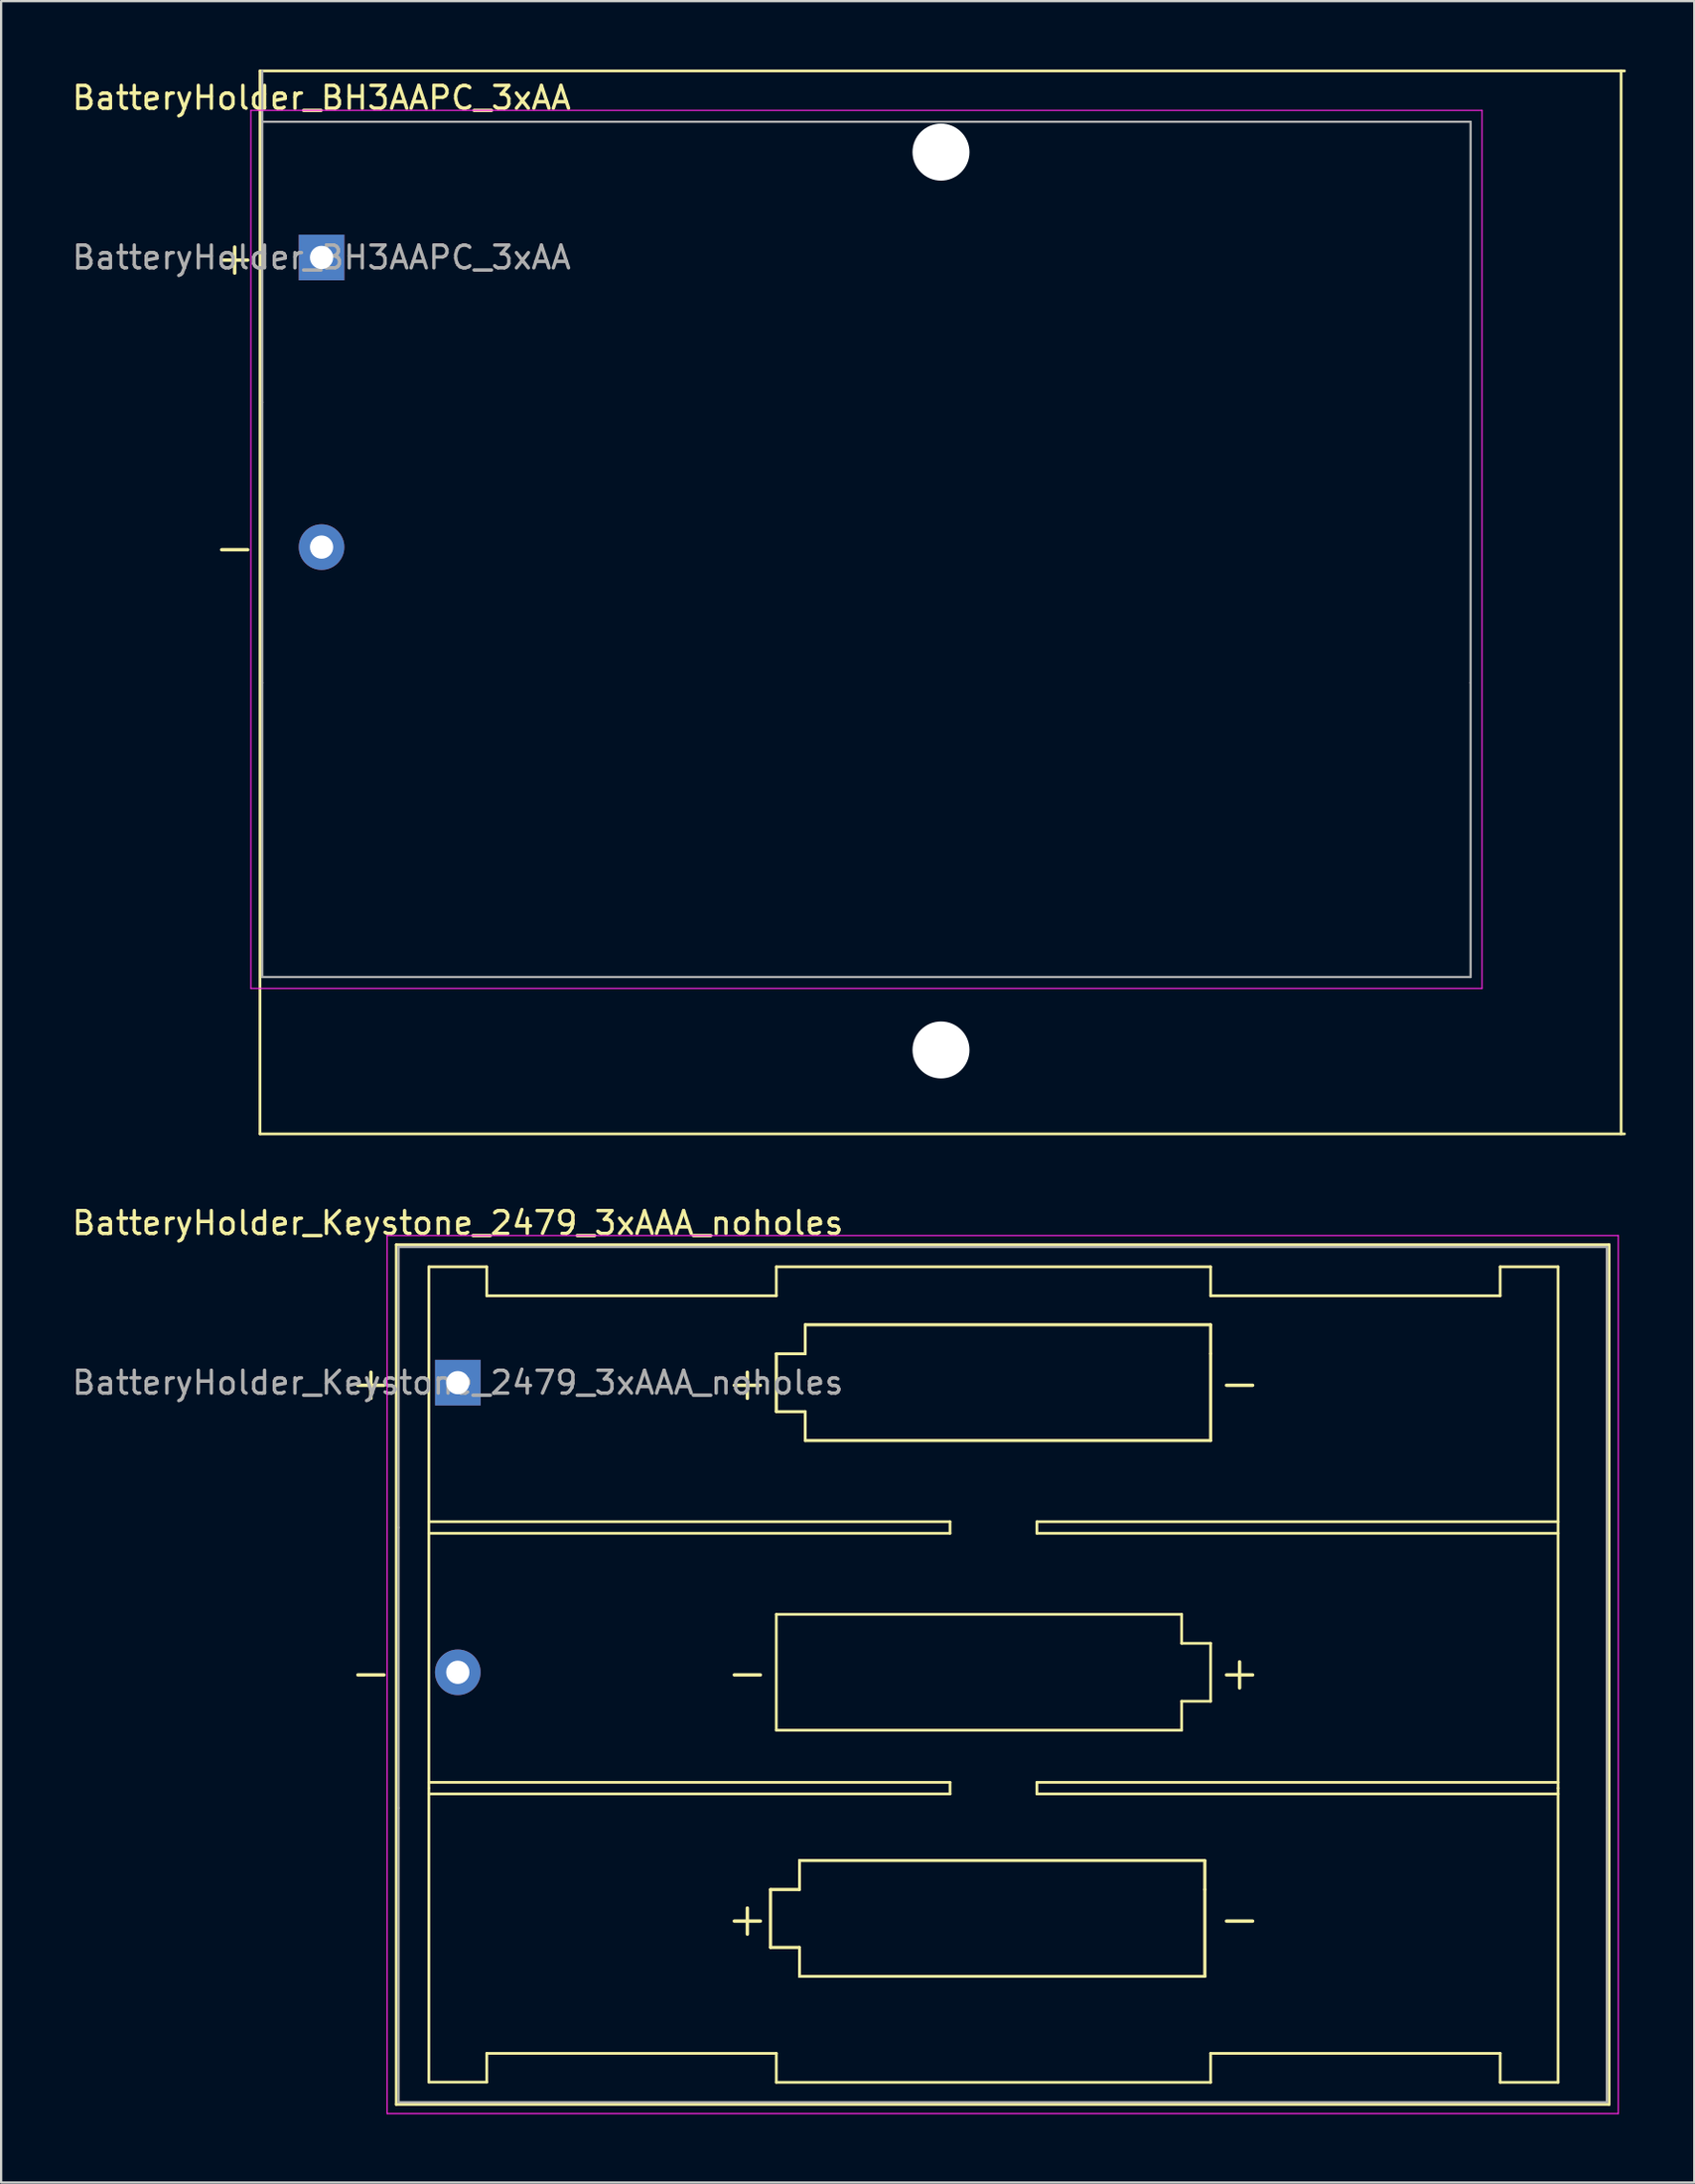
<source format=kicad_pcb>
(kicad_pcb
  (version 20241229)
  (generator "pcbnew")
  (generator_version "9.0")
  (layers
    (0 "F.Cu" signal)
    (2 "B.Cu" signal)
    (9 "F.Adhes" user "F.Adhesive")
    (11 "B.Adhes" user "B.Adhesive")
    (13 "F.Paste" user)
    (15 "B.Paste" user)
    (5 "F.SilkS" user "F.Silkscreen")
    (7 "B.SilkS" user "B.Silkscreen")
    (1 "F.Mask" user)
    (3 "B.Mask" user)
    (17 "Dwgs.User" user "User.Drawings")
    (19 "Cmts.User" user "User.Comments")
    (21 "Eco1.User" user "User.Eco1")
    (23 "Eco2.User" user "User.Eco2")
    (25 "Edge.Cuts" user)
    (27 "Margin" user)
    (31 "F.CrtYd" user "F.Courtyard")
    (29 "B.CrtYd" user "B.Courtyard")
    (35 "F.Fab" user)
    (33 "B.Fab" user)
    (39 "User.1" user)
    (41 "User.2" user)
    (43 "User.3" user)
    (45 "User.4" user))
  (footprint "BatteryHolder_Keystone_2479_3xAAA_noholes"
    (layer "F.Cu")
    (at 17.03 57.578)
    (property "Reference" "BatteryHolder_Keystone_2479_3xAAA_noholes" (at 0 -7 180) (layer "F.SilkS") (effects (font (size 1 1) (thickness 0.15))))
    (attr through_hole)
    (fp_line (start -2.7 -6.05) (end -2.7 31.65) (stroke (width 0.12) (type solid)) (layer "F.SilkS"))
    (fp_line (start -2.7 31.65) (end 50.5 31.65) (stroke (width 0.12) (type solid)) (layer "F.SilkS"))
    (fp_line (start -1.27 -5.08) (end -1.27 17.78) (stroke (width 0.12) (type solid)) (layer "F.SilkS"))
    (fp_line (start -1.27 6.096) (end 21.59 6.096) (stroke (width 0.12) (type solid)) (layer "F.SilkS"))
    (fp_line (start -1.27 17.526) (end 21.59 17.526) (stroke (width 0.12) (type solid)) (layer "F.SilkS"))
    (fp_line (start -1.27 17.78) (end -1.27 30.671) (stroke (width 0.12) (type solid)) (layer "F.SilkS"))
    (fp_line (start -1.27 30.671) (end 1.27 30.671) (stroke (width 0.12) (type solid)) (layer "F.SilkS"))
    (fp_line (start 1.27 -5.08) (end -1.27 -5.08) (stroke (width 0.12) (type solid)) (layer "F.SilkS"))
    (fp_line (start 1.27 -3.81) (end 1.27 -5.08) (stroke (width 0.12) (type solid)) (layer "F.SilkS"))
    (fp_line (start 1.27 -3.81) (end 13.97 -3.81) (stroke (width 0.12) (type solid)) (layer "F.SilkS"))
    (fp_line (start 1.27 29.41) (end 13.97 29.41) (stroke (width 0.12) (type solid)) (layer "F.SilkS"))
    (fp_line (start 1.27 30.671) (end 1.27 29.41) (stroke (width 0.12) (type solid)) (layer "F.SilkS"))
    (fp_line (start 13.716 22.225) (end 14.986 22.225) (stroke (width 0.12) (type solid)) (layer "F.SilkS"))
    (fp_line (start 13.716 22.225) (end 14.986 22.225) (stroke (width 0.12) (type solid)) (layer "F.SilkS"))
    (fp_line (start 13.716 24.765) (end 13.716 22.225) (stroke (width 0.12) (type solid)) (layer "F.SilkS"))
    (fp_line (start 13.716 24.765) (end 13.716 22.225) (stroke (width 0.12) (type solid)) (layer "F.SilkS"))
    (fp_line (start 13.97 -5.08) (end 13.97 -3.81) (stroke (width 0.12) (type solid)) (layer "F.SilkS"))
    (fp_line (start 13.97 -1.27) (end 15.24 -1.27) (stroke (width 0.12) (type solid)) (layer "F.SilkS"))
    (fp_line (start 13.97 -1.27) (end 15.24 -1.27) (stroke (width 0.12) (type solid)) (layer "F.SilkS"))
    (fp_line (start 13.97 1.27) (end 13.97 -1.27) (stroke (width 0.12) (type solid)) (layer "F.SilkS"))
    (fp_line (start 13.97 1.27) (end 13.97 -1.27) (stroke (width 0.12) (type solid)) (layer "F.SilkS"))
    (fp_line (start 13.97 10.16) (end 31.75 10.16) (stroke (width 0.12) (type solid)) (layer "F.SilkS"))
    (fp_line (start 13.97 15.24) (end 13.97 10.16) (stroke (width 0.12) (type solid)) (layer "F.SilkS"))
    (fp_line (start 13.97 29.41) (end 13.97 30.68) (stroke (width 0.12) (type solid)) (layer "F.SilkS"))
    (fp_line (start 13.97 30.68) (end 33.02 30.68) (stroke (width 0.12) (type solid)) (layer "F.SilkS"))
    (fp_line (start 14.986 20.955) (end 32.766 20.955) (stroke (width 0.12) (type solid)) (layer "F.SilkS"))
    (fp_line (start 14.986 20.955) (end 32.766 20.955) (stroke (width 0.12) (type solid)) (layer "F.SilkS"))
    (fp_line (start 14.986 22.225) (end 14.986 20.955) (stroke (width 0.12) (type solid)) (layer "F.SilkS"))
    (fp_line (start 14.986 22.225) (end 14.986 20.955) (stroke (width 0.12) (type solid)) (layer "F.SilkS"))
    (fp_line (start 14.986 24.765) (end 13.716 24.765) (stroke (width 0.12) (type solid)) (layer "F.SilkS"))
    (fp_line (start 14.986 24.765) (end 13.716 24.765) (stroke (width 0.12) (type solid)) (layer "F.SilkS"))
    (fp_line (start 14.986 26.035) (end 14.986 24.765) (stroke (width 0.12) (type solid)) (layer "F.SilkS"))
    (fp_line (start 14.986 26.035) (end 14.986 24.765) (stroke (width 0.12) (type solid)) (layer "F.SilkS"))
    (fp_line (start 15.24 -2.54) (end 33.02 -2.54) (stroke (width 0.12) (type solid)) (layer "F.SilkS"))
    (fp_line (start 15.24 -2.54) (end 33.02 -2.54) (stroke (width 0.12) (type solid)) (layer "F.SilkS"))
    (fp_line (start 15.24 -1.27) (end 15.24 -2.54) (stroke (width 0.12) (type solid)) (layer "F.SilkS"))
    (fp_line (start 15.24 -1.27) (end 15.24 -2.54) (stroke (width 0.12) (type solid)) (layer "F.SilkS"))
    (fp_line (start 15.24 1.27) (end 13.97 1.27) (stroke (width 0.12) (type solid)) (layer "F.SilkS"))
    (fp_line (start 15.24 1.27) (end 13.97 1.27) (stroke (width 0.12) (type solid)) (layer "F.SilkS"))
    (fp_line (start 15.24 2.54) (end 15.24 1.27) (stroke (width 0.12) (type solid)) (layer "F.SilkS"))
    (fp_line (start 15.24 2.54) (end 15.24 1.27) (stroke (width 0.12) (type solid)) (layer "F.SilkS"))
    (fp_line (start 21.59 6.096) (end 21.59 6.604) (stroke (width 0.12) (type solid)) (layer "F.SilkS"))
    (fp_line (start 21.59 6.604) (end -1.27 6.604) (stroke (width 0.12) (type solid)) (layer "F.SilkS"))
    (fp_line (start 21.59 17.526) (end 21.59 18.034) (stroke (width 0.12) (type solid)) (layer "F.SilkS"))
    (fp_line (start 21.59 18.034) (end -1.27 18.034) (stroke (width 0.12) (type solid)) (layer "F.SilkS"))
    (fp_line (start 25.4 6.096) (end 25.4 6.604) (stroke (width 0.12) (type solid)) (layer "F.SilkS"))
    (fp_line (start 25.4 6.604) (end 48.26 6.604) (stroke (width 0.12) (type solid)) (layer "F.SilkS"))
    (fp_line (start 25.4 17.526) (end 25.4 18.034) (stroke (width 0.12) (type solid)) (layer "F.SilkS"))
    (fp_line (start 25.4 18.034) (end 48.26 18.034) (stroke (width 0.12) (type solid)) (layer "F.SilkS"))
    (fp_line (start 31.75 10.16) (end 31.75 11.43) (stroke (width 0.12) (type solid)) (layer "F.SilkS"))
    (fp_line (start 31.75 11.43) (end 33.02 11.43) (stroke (width 0.12) (type solid)) (layer "F.SilkS"))
    (fp_line (start 31.75 13.97) (end 31.75 15.24) (stroke (width 0.12) (type solid)) (layer "F.SilkS"))
    (fp_line (start 31.75 15.24) (end 13.97 15.24) (stroke (width 0.12) (type solid)) (layer "F.SilkS"))
    (fp_line (start 32.766 20.955) (end 32.766 22.225) (stroke (width 0.12) (type solid)) (layer "F.SilkS"))
    (fp_line (start 32.766 20.955) (end 32.766 22.225) (stroke (width 0.12) (type solid)) (layer "F.SilkS"))
    (fp_line (start 32.766 22.225) (end 32.766 26.035) (stroke (width 0.12) (type solid)) (layer "F.SilkS"))
    (fp_line (start 32.766 22.225) (end 32.766 26.035) (stroke (width 0.12) (type solid)) (layer "F.SilkS"))
    (fp_line (start 32.766 26.035) (end 14.986 26.035) (stroke (width 0.12) (type solid)) (layer "F.SilkS"))
    (fp_line (start 32.766 26.035) (end 14.986 26.035) (stroke (width 0.12) (type solid)) (layer "F.SilkS"))
    (fp_line (start 33.02 -5.08) (end 13.97 -5.08) (stroke (width 0.12) (type solid)) (layer "F.SilkS"))
    (fp_line (start 33.02 -3.81) (end 33.02 -5.08) (stroke (width 0.12) (type solid)) (layer "F.SilkS"))
    (fp_line (start 33.02 -2.54) (end 33.02 -1.27) (stroke (width 0.12) (type solid)) (layer "F.SilkS"))
    (fp_line (start 33.02 -2.54) (end 33.02 -1.27) (stroke (width 0.12) (type solid)) (layer "F.SilkS"))
    (fp_line (start 33.02 -1.27) (end 33.02 2.54) (stroke (width 0.12) (type solid)) (layer "F.SilkS"))
    (fp_line (start 33.02 -1.27) (end 33.02 2.54) (stroke (width 0.12) (type solid)) (layer "F.SilkS"))
    (fp_line (start 33.02 2.54) (end 15.24 2.54) (stroke (width 0.12) (type solid)) (layer "F.SilkS"))
    (fp_line (start 33.02 2.54) (end 15.24 2.54) (stroke (width 0.12) (type solid)) (layer "F.SilkS"))
    (fp_line (start 33.02 11.43) (end 33.02 13.97) (stroke (width 0.12) (type solid)) (layer "F.SilkS"))
    (fp_line (start 33.02 13.97) (end 31.75 13.97) (stroke (width 0.12) (type solid)) (layer "F.SilkS"))
    (fp_line (start 33.02 30.68) (end 33.02 29.41) (stroke (width 0.12) (type solid)) (layer "F.SilkS"))
    (fp_line (start 45.72 -5.08) (end 45.72 -3.81) (stroke (width 0.12) (type solid)) (layer "F.SilkS"))
    (fp_line (start 45.72 -3.81) (end 33.02 -3.81) (stroke (width 0.12) (type solid)) (layer "F.SilkS"))
    (fp_line (start 45.72 29.41) (end 33.02 29.41) (stroke (width 0.12) (type solid)) (layer "F.SilkS"))
    (fp_line (start 45.72 30.68) (end 45.72 29.41) (stroke (width 0.12) (type solid)) (layer "F.SilkS"))
    (fp_line (start 48.26 -5.08) (end 45.72 -5.08) (stroke (width 0.12) (type solid)) (layer "F.SilkS"))
    (fp_line (start 48.26 -5.08) (end 48.26 17.78) (stroke (width 0.12) (type solid)) (layer "F.SilkS"))
    (fp_line (start 48.26 6.096) (end 25.4 6.096) (stroke (width 0.12) (type solid)) (layer "F.SilkS"))
    (fp_line (start 48.26 17.526) (end 25.4 17.526) (stroke (width 0.12) (type solid)) (layer "F.SilkS"))
    (fp_line (start 48.26 17.78) (end 48.26 30.68) (stroke (width 0.12) (type solid)) (layer "F.SilkS"))
    (fp_line (start 48.26 30.68) (end 45.72 30.68) (stroke (width 0.12) (type solid)) (layer "F.SilkS"))
    (fp_line (start 50.5 -6.05) (end -2.7 -6.05) (stroke (width 0.12) (type solid)) (layer "F.SilkS"))
    (fp_line (start 50.5 31.65) (end 50.5 -6.05) (stroke (width 0.12) (type solid)) (layer "F.SilkS"))
    (fp_line (start -3.1 -6.45) (end 50.9 -6.45) (stroke (width 0.05) (type solid)) (layer "F.CrtYd"))
    (fp_line (start -3.1 32.05) (end -3.1 -6.45) (stroke (width 0.05) (type solid)) (layer "F.CrtYd"))
    (fp_line (start 50.9 -6.45) (end 50.9 32.05) (stroke (width 0.05) (type solid)) (layer "F.CrtYd"))
    (fp_line (start 50.9 32.05) (end -3.1 32.05) (stroke (width 0.05) (type solid)) (layer "F.CrtYd"))
    (fp_line (start -2.6 -5.95) (end 50.4 -5.95) (stroke (width 0.1) (type solid)) (layer "F.Fab"))
    (fp_line (start -2.6 6.35) (end -2.6 -5.95) (stroke (width 0.1) (type solid)) (layer "F.Fab"))
    (fp_line (start -2.6 18.65) (end -2.6 6.35) (stroke (width 0.1) (type solid)) (layer "F.Fab"))
    (fp_line (start -2.6 18.65) (end -2.6 31.55) (stroke (width 0.1) (type solid)) (layer "F.Fab"))
    (fp_line (start -2.6 31.55) (end 50.4 31.55) (stroke (width 0.1) (type solid)) (layer "F.Fab"))
    (fp_line (start 50.4 18.65) (end 50.4 -5.95) (stroke (width 0.1) (type solid)) (layer "F.Fab"))
    (fp_line (start 50.4 18.65) (end 50.4 31.55) (stroke (width 0.1) (type solid)) (layer "F.Fab"))
    (fp_text user "+" (at 12.7 0 0) (layer "F.SilkS") (effects (font (size 1.5 1.5) (thickness 0.15))))
    (fp_text user "-" (at 34.29 23.495 0) (layer "F.SilkS") (effects (font (size 1.5 1.5) (thickness 0.15))))
    (fp_text user "+" (at 34.29 12.7 0) (layer "F.SilkS") (effects (font (size 1.5 1.5) (thickness 0.15))))
    (fp_text user "+" (at -3.81 0 0) (layer "F.SilkS") (effects (font (size 1.5 1.5) (thickness 0.15))))
    (fp_text user "-" (at 12.7 12.7 0) (layer "F.SilkS") (effects (font (size 1.5 1.5) (thickness 0.15))))
    (fp_text user "-" (at 34.29 0 0) (layer "F.SilkS") (effects (font (size 1.5 1.5) (thickness 0.15))))
    (fp_text user "+" (at 12.7 23.495 0) (layer "F.SilkS") (effects (font (size 1.5 1.5) (thickness 0.15))))
    (fp_text user "-" (at -3.81 12.7 0) (layer "F.SilkS") (effects (font (size 1.5 1.5) (thickness 0.15))))
    (fp_text user "${REFERENCE}" (at 0 0 0) (layer "F.Fab") (effects (font (size 1 1) (thickness 0.15))))
    (pad "1" thru_hole rect (at 0 0) (size 2 2) (drill 1.02) (layers "*.Cu" "*.Mask"))
    (pad "2" thru_hole circle (at 0 12.7) (size 2 2) (drill 1.02) (layers "*.Cu" "*.Mask")))
  (footprint "BatteryHolder_BH3AAPC_3xAA"
    (layer "F.Cu")
    (at 11.054 8.24)
    (property "Reference" "BatteryHolder_BH3AAPC_3xAA" (at 0 -7 180) (layer "F.SilkS") (effects (font (size 1 1) (thickness 0.15))))
    (attr through_hole)
    (fp_line (start -2.7 -8.18) (end -2.7 38.43) (stroke (width 0.12) (type solid)) (layer "F.SilkS"))
    (fp_line (start -2.7 38.43) (end 57.15 38.43) (stroke (width 0.12) (type solid)) (layer "F.SilkS"))
    (fp_line (start 57 38.43) (end 57 -8.18) (stroke (width 0.12) (type solid)) (layer "F.SilkS"))
    (fp_line (start 57.15 -8.18) (end -2.7 -8.18) (stroke (width 0.12) (type solid)) (layer "F.SilkS"))
    (fp_line (start -3.1 -6.45) (end 50.9 -6.45) (stroke (width 0.05) (type solid)) (layer "F.CrtYd"))
    (fp_line (start -3.1 32.05) (end -3.1 -6.45) (stroke (width 0.05) (type solid)) (layer "F.CrtYd"))
    (fp_line (start 50.9 -6.45) (end 50.9 32.05) (stroke (width 0.05) (type solid)) (layer "F.CrtYd"))
    (fp_line (start 50.9 32.05) (end -3.1 32.05) (stroke (width 0.05) (type solid)) (layer "F.CrtYd"))
    (fp_line (start -2.6 -5.95) (end 50.4 -5.95) (stroke (width 0.1) (type solid)) (layer "F.Fab"))
    (fp_line (start -2.6 6.35) (end -2.6 -8.18) (stroke (width 0.1) (type solid)) (layer "F.Fab"))
    (fp_line (start -2.6 18.65) (end -2.6 6.35) (stroke (width 0.1) (type solid)) (layer "F.Fab"))
    (fp_line (start -2.6 18.65) (end -2.6 31.55) (stroke (width 0.1) (type solid)) (layer "F.Fab"))
    (fp_line (start -2.6 31.55) (end 50.4 31.55) (stroke (width 0.1) (type solid)) (layer "F.Fab"))
    (fp_line (start 50.4 18.65) (end 50.4 -5.95) (stroke (width 0.1) (type solid)) (layer "F.Fab"))
    (fp_line (start 50.4 18.65) (end 50.4 31.55) (stroke (width 0.1) (type solid)) (layer "F.Fab"))
    (fp_text user "+" (at -3.81 0 0) (layer "F.SilkS") (effects (font (size 1.5 1.5) (thickness 0.15))))
    (fp_text user "-" (at -3.81 12.7 0) (layer "F.SilkS") (effects (font (size 1.5 1.5) (thickness 0.15))))
    (fp_text user "${REFERENCE}" (at 0 0 0) (layer "F.Fab") (effects (font (size 1 1) (thickness 0.15))))
    (pad "" np_thru_hole circle (at 27.17 -4.62) (size 2.5 2.5) (drill 2.5) (layers "*.Cu" "*.Mask"))
    (pad "" np_thru_hole circle (at 27.17 34.75) (size 2.5 2.5) (drill 2.5) (layers "*.Cu" "*.Mask"))
    (pad "1" thru_hole rect (at 0 0) (size 2 2) (drill 1.02) (layers "*.Cu" "*.Mask"))
    (pad "2" thru_hole circle (at 0 12.7) (size 2 2) (drill 1.02) (layers "*.Cu" "*.Mask")))
  (gr_rect
    (start -3 -3)
    (end 71.264 92.653)
    (stroke (width 0.1) (type default))
    (fill no)
    (layer "Edge.Cuts")))
</source>
